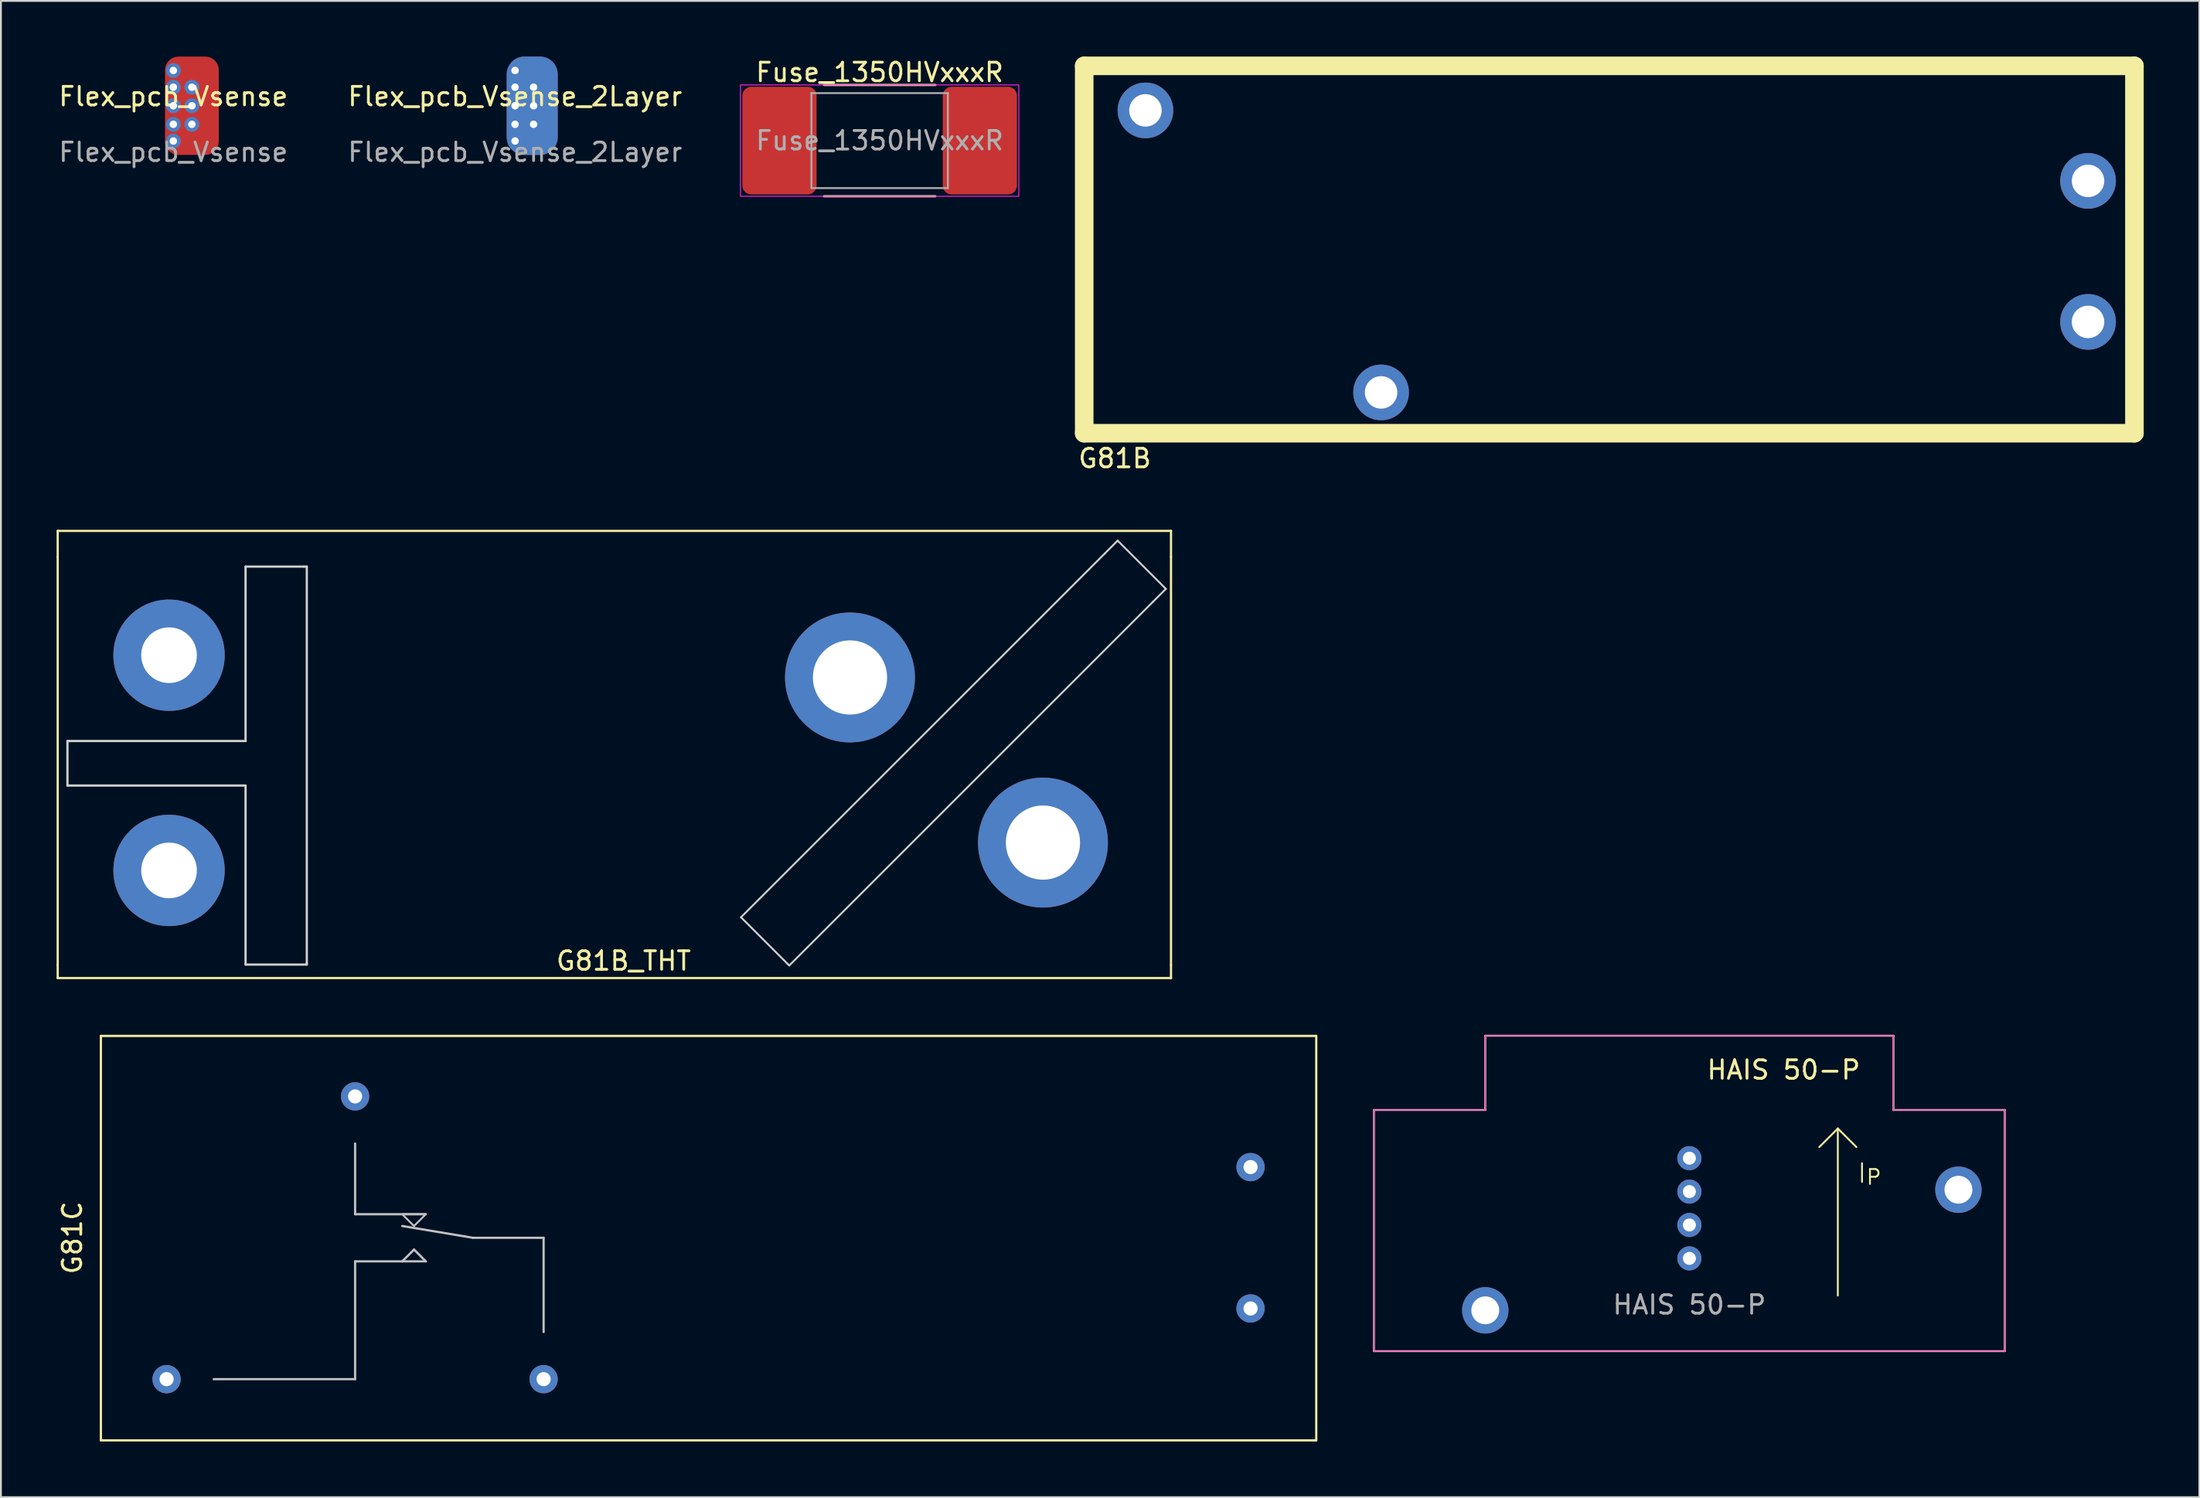
<source format=kicad_pcb>
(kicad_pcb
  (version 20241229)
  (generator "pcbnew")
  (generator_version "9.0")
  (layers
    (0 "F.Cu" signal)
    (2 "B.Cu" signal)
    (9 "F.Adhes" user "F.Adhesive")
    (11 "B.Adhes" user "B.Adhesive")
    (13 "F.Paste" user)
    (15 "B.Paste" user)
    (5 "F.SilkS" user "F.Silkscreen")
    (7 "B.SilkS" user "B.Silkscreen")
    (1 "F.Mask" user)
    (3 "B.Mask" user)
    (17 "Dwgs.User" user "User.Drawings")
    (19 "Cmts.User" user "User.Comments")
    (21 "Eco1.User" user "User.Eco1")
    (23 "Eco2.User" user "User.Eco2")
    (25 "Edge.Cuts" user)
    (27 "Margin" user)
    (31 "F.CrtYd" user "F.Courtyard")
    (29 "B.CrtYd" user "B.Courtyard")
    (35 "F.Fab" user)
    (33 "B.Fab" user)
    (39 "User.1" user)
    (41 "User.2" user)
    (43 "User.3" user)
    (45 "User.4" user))
  (footprint "Fuse_1350HVxxxR"
    (layer "F.Cu")
    (at 44.358 4.528)
    (property "Reference" "Fuse_1350HVxxxR" (at 0 -3.68 0) (layer "F.SilkS") (effects (font (size 1 1) (thickness 0.15))))
    (attr smd)
    (fp_line (start -3 -3) (end 3 -3) (stroke (width 0.12) (type solid)) (layer "F.SilkS"))
    (fp_line (start -3 3) (end 3 3) (stroke (width 0.12) (type solid)) (layer "F.SilkS"))
    (fp_rect (start -7.5 -3) (end 7.5 3) (stroke (width 0.05) (type default)) (fill no) (layer "F.CrtYd"))
    (fp_line (start -3.678 -2.56) (end 3.678 -2.56) (stroke (width 0.1) (type solid)) (layer "F.Fab"))
    (fp_line (start -3.678 2.56) (end -3.678 -2.56) (stroke (width 0.1) (type solid)) (layer "F.Fab"))
    (fp_line (start 3.678 -2.56) (end 3.678 2.56) (stroke (width 0.1) (type solid)) (layer "F.Fab"))
    (fp_line (start 3.678 2.56) (end -3.678 2.56) (stroke (width 0.1) (type solid)) (layer "F.Fab"))
    (fp_text user "${REFERENCE}" (at 0 0 0) (layer "F.Fab") (effects (font (size 1 1) (thickness 0.15))))
    (pad "1" smd roundrect (at -5.4 0) (size 4 5.8) (layers "F.Cu" "F.Mask" "F.Paste") (roundrect_rratio 0.119))
    (pad "2" smd roundrect (at 5.4 0) (size 4 5.8) (layers "F.Cu" "F.Mask" "F.Paste") (roundrect_rratio 0.119)))
  (footprint "G81B"
    (layer "F.Cu")
    (at 83.683 10.4)
    (property "Reference" "G81B" (at -26.651 11.256 0) (layer "F.SilkS") (effects (font (size 1 1) (thickness 0.15))))
    (attr through_hole)
    (fp_line (start -28.3 -9.9) (end -28.3 9.9) (stroke (width 1) (type solid)) (layer "F.SilkS"))
    (fp_line (start -28.3 -9.9) (end 28.3 -9.9) (stroke (width 1) (type solid)) (layer "F.SilkS"))
    (fp_line (start -28.3 9.9) (end 28.3 9.9) (stroke (width 1) (type solid)) (layer "F.SilkS"))
    (fp_line (start 28.3 -9.9) (end 28.3 9.9) (stroke (width 1) (type solid)) (layer "F.SilkS"))
    (pad "1" thru_hole circle (at -25 -7.5) (size 3 3) (drill 1.75) (layers "*.Cu" "*.Mask"))
    (pad "3" thru_hole circle (at 25.8 -3.7) (size 3 3) (drill 1.75) (layers "*.Cu" "*.Mask"))
    (pad "5" thru_hole circle (at 25.8 3.9) (size 3 3) (drill 1.75) (layers "*.Cu" "*.Mask"))
    (pad "6" thru_hole circle (at -12.3 7.7) (size 3 3) (drill 1.75) (layers "*.Cu" "*.Mask")))
  (footprint "HAIS 50-P"
    (layer "F.Cu")
    (at 87.998 64.774)
    (property "Reference" "HAIS 50-P" (at 5.08 -10.16 0) (layer "F.SilkS") (effects (font (size 1 1) (thickness 0.15))))
    (attr through_hole)
    (fp_line (start -17 -8) (end -11 -8) (stroke (width 0.1) (type default)) (layer "F.SilkS"))
    (fp_line (start -17 5) (end -17 -8) (stroke (width 0.1) (type default)) (layer "F.SilkS"))
    (fp_line (start -11 -12) (end 11 -12) (stroke (width 0.1) (type default)) (layer "F.SilkS"))
    (fp_line (start -11 -8) (end -11 -12) (stroke (width 0.1) (type default)) (layer "F.SilkS"))
    (fp_line (start 7 -6) (end 8 -7) (stroke (width 0.1) (type default)) (layer "F.SilkS"))
    (fp_line (start 8 -7) (end 9 -6) (stroke (width 0.1) (type default)) (layer "F.SilkS"))
    (fp_line (start 8 2) (end 8 -7) (stroke (width 0.1) (type default)) (layer "F.SilkS"))
    (fp_line (start 11 -12) (end 11 -8) (stroke (width 0.1) (type default)) (layer "F.SilkS"))
    (fp_line (start 11 -8) (end 17 -8) (stroke (width 0.1) (type default)) (layer "F.SilkS"))
    (fp_line (start 17 -8) (end 17 5) (stroke (width 0.1) (type default)) (layer "F.SilkS"))
    (fp_line (start 17 5) (end -17 5) (stroke (width 0.1) (type default)) (layer "F.SilkS"))
    (fp_line (start -17 -8) (end -11 -8) (stroke (width 0.05) (type default)) (layer "F.CrtYd"))
    (fp_line (start -17 5) (end -17 -8) (stroke (width 0.05) (type default)) (layer "F.CrtYd"))
    (fp_line (start -17 5) (end 17 5) (stroke (width 0.05) (type default)) (layer "F.CrtYd"))
    (fp_line (start -11 -12) (end -11 -8) (stroke (width 0.05) (type default)) (layer "F.CrtYd"))
    (fp_line (start -11 -12) (end 11 -12) (stroke (width 0.05) (type default)) (layer "F.CrtYd"))
    (fp_line (start 11 -12) (end 11 -8) (stroke (width 0.05) (type default)) (layer "F.CrtYd"))
    (fp_line (start 11 -8) (end 17 -8) (stroke (width 0.05) (type default)) (layer "F.CrtYd"))
    (fp_line (start 17 -8) (end 17 5) (stroke (width 0.05) (type default)) (layer "F.CrtYd"))
    (fp_text user "I_{P}" (at 9 -4 0) (unlocked yes) (layer "F.SilkS") (effects (font (size 1 1) (thickness 0.1)) (justify left bottom)))
    (fp_text user "${REFERENCE}" (at 0 2.5 0) (unlocked yes) (layer "F.Fab") (effects (font (size 1 1) (thickness 0.15))))
    (pad "1" thru_hole circle (at 0 -5.4) (size 1.3 1.3) (drill 0.7) (layers "*.Cu" "*.Mask"))
    (pad "2" thru_hole circle (at 0 -3.6) (size 1.3 1.3) (drill 0.7) (layers "*.Cu" "*.Mask"))
    (pad "3" thru_hole circle (at 0 -1.8) (size 1.3 1.3) (drill 0.7) (layers "*.Cu" "*.Mask"))
    (pad "4" thru_hole circle (at 0 0) (size 1.3 1.3) (drill 0.7) (layers "*.Cu" "*.Mask"))
    (pad "5" thru_hole circle (at -11 2.8) (size 2.5 2.5) (drill 1.5) (layers "*.Cu" "*.Mask"))
    (pad "6" thru_hole circle (at 14.5 -3.7) (size 2.5 2.5) (drill 1.5) (layers "*.Cu" "*.Mask")))
  (footprint "Flex_pcb_Vsense"
    (layer "F.Cu")
    (at 6.292 2.65)
    (property "Reference" "Flex_pcb_Vsense" (at 0 -0.5 0) (unlocked yes) (layer "F.SilkS") (effects (font (size 1 1) (thickness 0.15))))
    (attr through_hole)
    (fp_text user "${REFERENCE}" (at 0 2.5 0) (unlocked yes) (layer "F.Fab") (effects (font (size 1 1) (thickness 0.15))))
    (pad "1" thru_hole circle (at 0 -1.9) (size 0.8 0.8) (drill 0.4) (layers "*.Cu" "*.Mask"))
    (pad "1" thru_hole circle (at 0 -1) (size 0.8 0.8) (drill 0.4) (layers "*.Cu" "*.Mask"))
    (pad "1" thru_hole circle (at 0 0) (size 0.8 0.8) (drill 0.4) (layers "*.Cu" "*.Mask"))
    (pad "1" thru_hole circle (at 0 1) (size 0.8 0.8) (drill 0.4) (layers "*.Cu" "*.Mask"))
    (pad "1" thru_hole circle (at 0 1.9) (size 0.8 0.8) (drill 0.4) (layers "*.Cu" "*.Mask"))
    (pad "1" smd trapezoid (at 0.4 0 90) (size 2.8 0.6) (layers "F.Cu" "F.Mask" "F.Paste"))
    (pad "1" thru_hole circle (at 1 -1) (size 0.8 0.8) (drill 0.4) (layers "*.Cu" "*.Mask"))
    (pad "1" thru_hole circle (at 1 0) (size 0.8 0.8) (drill 0.4) (layers "*.Cu" "*.Mask"))
    (pad "1" smd roundrect (at 1 0 90) (size 5.3 2.9) (layers "F.Cu" "F.Mask" "F.Paste") (roundrect_rratio 0.25))
    (pad "1" thru_hole circle (at 1 1) (size 0.8 0.8) (drill 0.4) (layers "*.Cu" "*.Mask"))
    (pad "1" smd trapezoid (at 1.1 0 270) (size 3.7 0.8) (rect_delta 0 1) (layers "F.Cu" "F.Mask" "F.Paste")))
  (footprint "Flex_pcb_Vsense_2Layer"
    (layer "F.Cu")
    (at 24.708 2.65)
    (property "Reference" "Flex_pcb_Vsense_2Layer" (at 0 -0.5 0) (unlocked yes) (layer "F.SilkS") (effects (font (size 1 1) (thickness 0.15))))
    (attr through_hole)
    (fp_text user "${REFERENCE}" (at 0 2.5 0) (unlocked yes) (layer "F.Fab") (effects (font (size 1 1) (thickness 0.15))))
    (pad "1" thru_hole circle (at 0 -1.9) (size 0.8 0.8) (drill 0.4) (layers "*.Cu" "*.Mask"))
    (pad "1" thru_hole circle (at 0 -1) (size 0.8 0.8) (drill 0.4) (layers "*.Cu" "*.Mask"))
    (pad "1" thru_hole circle (at 0 0) (size 0.8 0.8) (drill 0.4) (layers "*.Cu" "*.Mask"))
    (pad "1" thru_hole circle (at 0 1) (size 0.8 0.8) (drill 0.4) (layers "*.Cu" "*.Mask"))
    (pad "1" thru_hole circle (at 0 1.9) (size 0.8 0.8) (drill 0.4) (layers "*.Cu" "*.Mask"))
    (pad "1" smd trapezoid (at 0.4 0 90) (size 2.8 0.6) (layers "F.Cu" "F.Mask" "F.Paste"))
    (pad "1" smd roundrect (at 0.925 0 90) (size 5.3 2.75) (layers "F.Cu" "F.Mask" "F.Paste") (roundrect_rratio 0.345))
    (pad "1" smd roundrect (at 0.925 0 90) (size 5.3 2.75) (layers "B.Cu" "B.Mask" "B.Paste") (roundrect_rratio 0.345))
    (pad "1" thru_hole circle (at 1 -1) (size 0.8 0.8) (drill 0.4) (layers "*.Cu" "*.Mask"))
    (pad "1" thru_hole circle (at 1 0) (size 0.8 0.8) (drill 0.4) (layers "*.Cu" "*.Mask"))
    (pad "1" thru_hole circle (at 1 1) (size 0.8 0.8) (drill 0.4) (layers "*.Cu" "*.Mask"))
    (pad "1" smd trapezoid (at 1.1 0 270) (size 3.7 0.8) (rect_delta 0 1) (layers "F.Cu" "F.Mask" "F.Paste")))
  (footprint "G81C"
    (layer "F.Cu")
    (at 5.928 71.284)
    (property "Reference" "G81C" (at -5.08 -7.62 90) (layer "F.SilkS") (effects (font (size 1 1) (thickness 0.15))))
    (attr through_hole)
    (fp_line (start -3.54 -18.5) (end -3.54 3.3) (stroke (width 0.12) (type solid)) (layer "F.SilkS"))
    (fp_line (start -3.54 -18.5) (end 61.96 -18.5) (stroke (width 0.12) (type solid)) (layer "F.SilkS"))
    (fp_line (start -3.54 3.3) (end 61.96 3.3) (stroke (width 0.12) (type solid)) (layer "F.SilkS"))
    (fp_line (start 61.96 3.3) (end 61.96 -18.5) (stroke (width 0.12) (type solid)) (layer "F.SilkS"))
    (fp_line (start 10.16 -8.89) (end 10.16 -12.7) (stroke (width 0.12) (type solid)) (layer "Dwgs.User"))
    (fp_line (start 10.16 -6.35) (end 10.16 0) (stroke (width 0.12) (type solid)) (layer "Dwgs.User"))
    (fp_line (start 10.16 0) (end 2.54 0) (stroke (width 0.12) (type solid)) (layer "Dwgs.User"))
    (fp_line (start 12.7 -6.35) (end 10.16 -6.35) (stroke (width 0.12) (type solid)) (layer "Dwgs.User"))
    (fp_line (start 12.7 -6.35) (end 13.335 -6.985) (stroke (width 0.12) (type solid)) (layer "Dwgs.User"))
    (fp_line (start 13.335 -6.985) (end 13.97 -6.35) (stroke (width 0.12) (type solid)) (layer "Dwgs.User"))
    (fp_line (start 13.97 -8.89) (end 10.16 -8.89) (stroke (width 0.12) (type solid)) (layer "Dwgs.User"))
    (fp_line (start 13.97 -6.35) (end 12.7 -6.35) (stroke (width 0.12) (type solid)) (layer "Dwgs.User"))
    (fp_line (start 16.51 -7.62) (end 12.7 -8.255) (stroke (width 0.12) (type solid)) (layer "Dwgs.User"))
    (fp_line (start 20.32 -7.62) (end 16.51 -7.62) (stroke (width 0.12) (type solid)) (layer "Dwgs.User"))
    (fp_line (start 20.32 -2.54) (end 20.32 -7.62) (stroke (width 0.12) (type solid)) (layer "Dwgs.User"))
    (fp_poly (pts (xy 13.335 -8.255) (xy 12.7 -8.89) (xy 13.97 -8.89)) (stroke (width 0.1) (type solid)) (fill no) (layer "Dwgs.User"))
    (pad "1" thru_hole circle (at 0 0) (size 1.524 1.524) (drill 0.762) (layers "*.Cu" "*.Mask"))
    (pad "2" thru_hole circle (at 10.16 -15.24 90) (size 1.524 1.524) (drill 0.762) (layers "*.Cu" "*.Mask"))
    (pad "3" thru_hole circle (at 20.32 0) (size 1.524 1.524) (drill 0.762) (layers "*.Cu" "*.Mask"))
    (pad "L1" thru_hole circle (at 58.42 -11.43) (size 1.524 1.524) (drill 0.762) (layers "*.Cu" "*.Mask"))
    (pad "L2" thru_hole circle (at 58.42 -3.81) (size 1.524 1.524) (drill 0.762) (layers "*.Cu" "*.Mask")))
  (footprint "G81B_THT"
    (layer "F.Cu")
    (at 6.06 32.164)
    (property "Reference" "G81B_THT" (at 24.5 16.575 0) (layer "F.SilkS") (effects (font (size 1 1) (thickness 0.15))))
    (attr through_hole)
    (fp_line (start -6 -6.6) (end -6 -5.2) (stroke (width 0.12) (type solid)) (layer "F.SilkS"))
    (fp_line (start -6 -5.2) (end -6 16.8) (stroke (width 0.12) (type solid)) (layer "F.SilkS"))
    (fp_line (start -6 17.5) (end -6 16.8) (stroke (width 0.12) (type solid)) (layer "F.SilkS"))
    (fp_line (start 54 -6.6) (end -6 -6.6) (stroke (width 0.12) (type solid)) (layer "F.SilkS"))
    (fp_line (start 54 -5.2) (end 54 -6.6) (stroke (width 0.12) (type solid)) (layer "F.SilkS"))
    (fp_line (start 54 16.8) (end 54 -5.2) (stroke (width 0.12) (type solid)) (layer "F.SilkS"))
    (fp_line (start 54 16.8) (end 54 17.5) (stroke (width 0.12) (type solid)) (layer "F.SilkS"))
    (fp_line (start 54 17.5) (end -6 17.5) (stroke (width 0.12) (type solid)) (layer "F.SilkS"))
    (fp_line (start -5.475 4.725) (end 4.125 4.725) (stroke (width 0.12) (type solid)) (layer "Edge.Cuts"))
    (fp_line (start -5.475 7.125) (end -5.475 4.725) (stroke (width 0.12) (type solid)) (layer "Edge.Cuts"))
    (fp_line (start 4.125 -4.675) (end 7.275 -4.675) (stroke (width 0.12) (type solid)) (layer "Edge.Cuts"))
    (fp_line (start 4.125 4.725) (end 4.125 -4.675) (stroke (width 0.12) (type solid)) (layer "Edge.Cuts"))
    (fp_line (start 4.125 7.125) (end -5.475 7.125) (stroke (width 0.12) (type solid)) (layer "Edge.Cuts"))
    (fp_line (start 4.125 16.775) (end 4.125 7.125) (stroke (width 0.12) (type solid)) (layer "Edge.Cuts"))
    (fp_line (start 7.275 -4.675) (end 7.425 -4.675) (stroke (width 0.12) (type solid)) (layer "Edge.Cuts"))
    (fp_line (start 7.425 -4.675) (end 7.425 16.7) (stroke (width 0.12) (type solid)) (layer "Edge.Cuts"))
    (fp_line (start 7.425 16.7) (end 7.425 16.775) (stroke (width 0.12) (type solid)) (layer "Edge.Cuts"))
    (fp_line (start 7.425 16.775) (end 4.125 16.775) (stroke (width 0.12) (type solid)) (layer "Edge.Cuts"))
    (fp_line (start 30.825 14.225) (end 33.325 16.725) (stroke (width 0.1) (type solid)) (layer "Edge.Cuts"))
    (fp_line (start 31.825 13.225) (end 30.825 14.225) (stroke (width 0.1) (type solid)) (layer "Edge.Cuts"))
    (fp_line (start 33.325 16.725) (end 33.425 16.825) (stroke (width 0.1) (type solid)) (layer "Edge.Cuts"))
    (fp_line (start 33.425 16.825) (end 34.425 15.825) (stroke (width 0.1) (type solid)) (layer "Edge.Cuts"))
    (fp_line (start 34.425 15.825) (end 53.025 -2.775) (stroke (width 0.1) (type solid)) (layer "Edge.Cuts"))
    (fp_line (start 50.425 -5.375) (end 31.825 13.225) (stroke (width 0.1) (type solid)) (layer "Edge.Cuts"))
    (fp_line (start 51.125 -6.075) (end 50.425 -5.375) (stroke (width 0.1) (type solid)) (layer "Edge.Cuts"))
    (fp_line (start 53.025 -2.775) (end 53.725 -3.475) (stroke (width 0.1) (type solid)) (layer "Edge.Cuts"))
    (fp_line (start 53.725 -3.475) (end 51.125 -6.075) (stroke (width 0.1) (type solid)) (layer "Edge.Cuts"))
    (pad "1" thru_hole circle (at 0 0.1) (size 6 6) (drill 3) (layers "*.Cu" "*.Mask"))
    (pad "3" thru_hole circle (at 36.7 1.3) (size 7 7) (drill 4) (layers "*.Cu" "*.Mask"))
    (pad "5" thru_hole circle (at 47.1 10.2) (size 7 7) (drill 4) (layers "*.Cu" "*.Mask"))
    (pad "6" thru_hole circle (at 0 11.7) (size 6 6) (drill 3) (layers "*.Cu" "*.Mask")))
  (gr_rect
    (start -3 -3)
    (end 115.483 77.644)
    (stroke (width 0.1) (type default))
    (fill no)
    (layer "Edge.Cuts")))
</source>
